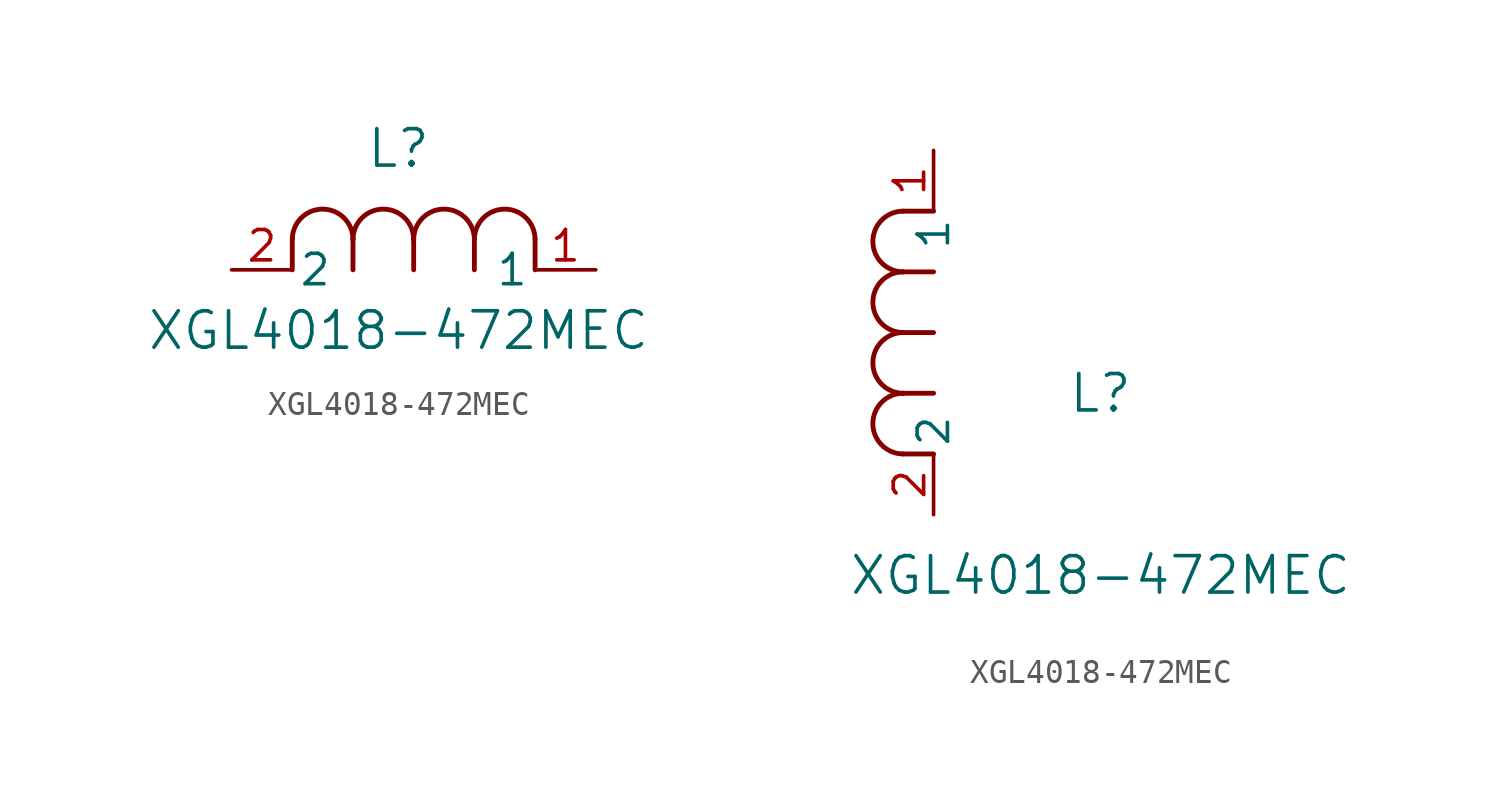
<source format=kicad_sym>
(kicad_symbol_lib
  (version 20211014)
  (generator kicad_symbol_editor)
  (symbol "XGL4018-472MEC"
    (pin_names
      (offset 0.254))
    (property "Reference" "L"
      (at 6.985 5.08 0)
      (effects (font (size 1.524 1.524))))
    (property "Value" "XGL4018-472MEC"
      (at 6.985 -2.54 0)
      (effects (font (size 1.524 1.524))))
    (symbol "XGL4018-472MEC_1_1"
      (arc (start 7.62 1.27) (mid 6.35 2.54) (end 5.08 1.27) (stroke (width 0.2032) (type default) (color 0 0 0 0)) (fill (type none)))
      (polyline (pts (xy 5.08 0) (xy 5.08 1.27)) (stroke (width 0.203) (type default) (color 0 0 0 0)) (fill (type none)))
      (polyline (pts (xy 7.62 0) (xy 7.62 1.27)) (stroke (width 0.203) (type default) (color 0 0 0 0)) (fill (type none)))
      (polyline (pts (xy 12.7 0) (xy 12.7 1.27)) (stroke (width 0.203) (type default) (color 0 0 0 0)) (fill (type none)))
      (arc (start 5.08 1.27) (mid 3.81 2.54) (end 2.54 1.27) (stroke (width 0.2032) (type default) (color 0 0 0 0)) (fill (type none)))
      (arc (start 10.16 1.27) (mid 8.89 2.54) (end 7.62 1.27) (stroke (width 0.2032) (type default) (color 0 0 0 0)) (fill (type none)))
      (arc (start 12.7 1.27) (mid 11.43 2.54) (end 10.16 1.27) (stroke (width 0.2032) (type default) (color 0 0 0 0)) (fill (type none)))
      (polyline (pts (xy 2.54 0) (xy 2.54 1.27)) (stroke (width 0.203) (type default) (color 0 0 0 0)) (fill (type none)))
      (polyline (pts (xy 10.16 0) (xy 10.16 1.27)) (stroke (width 0.203) (type default) (color 0 0 0 0)) (fill (type none)))
      (pin unspecified line (at 0 0 0) (length 2.54) (name "2" (effects (font (size 1.27 1.27)))) (number "2" (effects (font (size 1.27 1.27)))))
      (pin unspecified line (at 15.24 0 180) (length 2.54) (name "1" (effects (font (size 1.27 1.27)))) (number "1" (effects (font (size 1.27 1.27))))))
    (symbol "XGL4018-472MEC_1_2"
      (arc (start -1.27 7.62) (mid -2.54 6.35) (end -1.27 5.08) (stroke (width 0.2032) (type default) (color 0 0 0 0)) (fill (type none)))
      (arc (start -1.27 5.08) (mid -2.54 3.81) (end -1.27 2.54) (stroke (width 0.2032) (type default) (color 0 0 0 0)) (fill (type none)))
      (arc (start -1.27 12.7) (mid -2.54 11.43) (end -1.27 10.16) (stroke (width 0.2032) (type default) (color 0 0 0 0)) (fill (type none)))
      (arc (start -1.27 10.16) (mid -2.54 8.89) (end -1.27 7.62) (stroke (width 0.2032) (type default) (color 0 0 0 0)) (fill (type none)))
      (polyline (pts (xy 0 7.62) (xy -1.27 7.62)) (stroke (width 0.203) (type default) (color 0 0 0 0)) (fill (type none)))
      (polyline (pts (xy 0 5.08) (xy -1.27 5.08)) (stroke (width 0.203) (type default) (color 0 0 0 0)) (fill (type none)))
      (polyline (pts (xy 0 12.7) (xy -1.27 12.7)) (stroke (width 0.203) (type default) (color 0 0 0 0)) (fill (type none)))
      (polyline (pts (xy 0 2.54) (xy -1.27 2.54)) (stroke (width 0.203) (type default) (color 0 0 0 0)) (fill (type none)))
      (polyline (pts (xy 0 10.16) (xy -1.27 10.16)) (stroke (width 0.203) (type default) (color 0 0 0 0)) (fill (type none)))
      (pin unspecified line (at 0 0 90) (length 2.54) (name "2" (effects (font (size 1.27 1.27)))) (number "2" (effects (font (size 1.27 1.27)))))
      (pin unspecified line (at 0 15.24 270) (length 2.54) (name "1" (effects (font (size 1.27 1.27)))) (number "1" (effects (font (size 1.27 1.27))))))))
</source>
